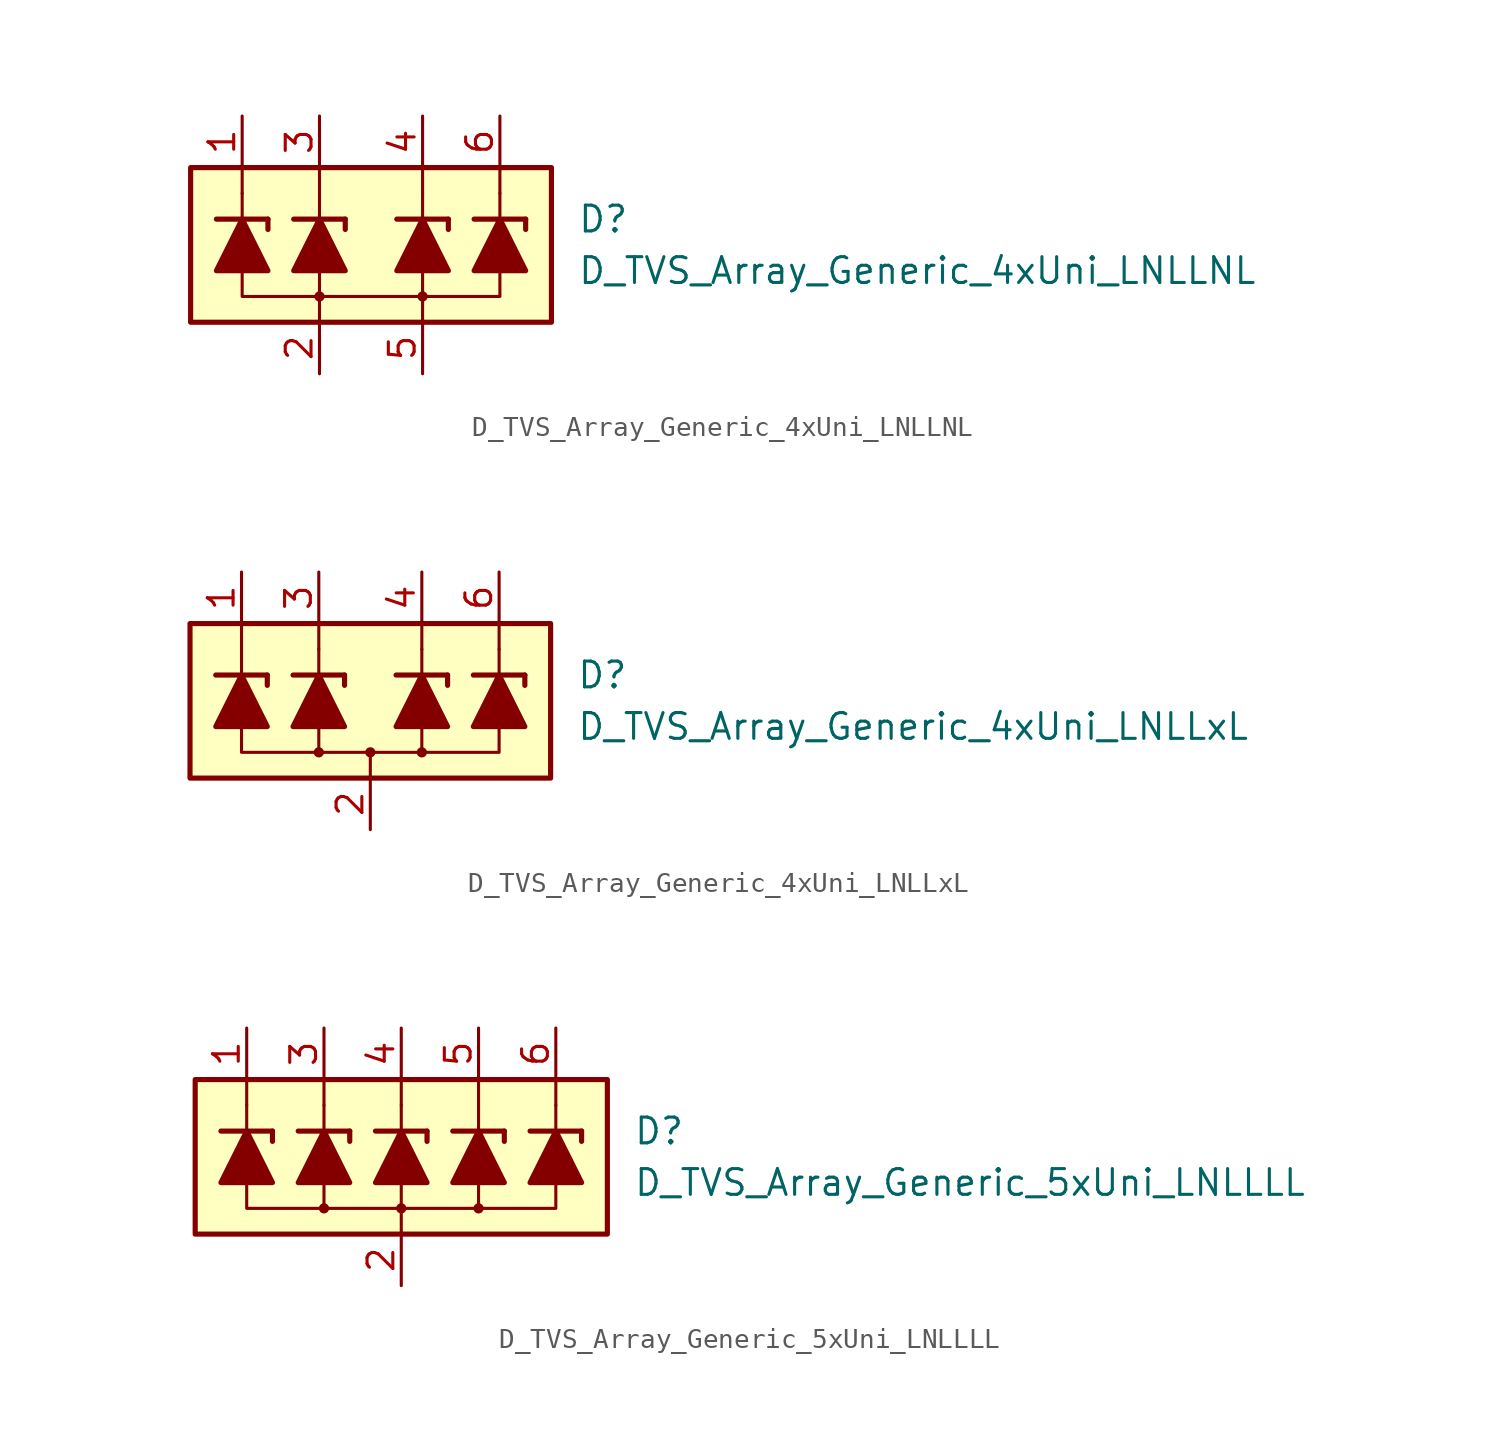
<source format=kicad_sym>
(kicad_symbol_lib
  (version 20231120)
  (generator "kicad_symbol_editor")
  (generator_version "8.0")
  (symbol "D_TVS_Array_Generic_4xUni_LNLLNL"
    (pin_names
      (offset 1.016) hide)
    (property "Reference" "D"
      (at 10.16 1.27 0)
      (effects (font (size 1.27 1.27)) (justify left)))
    (property "Value" "D_TVS_Array_Generic_4xUni_LNLLNL"
      (at 10.16 -1.27 0)
      (effects (font (size 1.27 1.27)) (justify left)))
    (symbol "D_TVS_Array_Generic_4xUni_LNLLNL_0_1"
      (circle (center -2.54 -2.54) (radius 0.178) (stroke (width 0) (type default)) (fill (type outline)))
      (polyline (pts (xy -6.35 1.27) (xy -6.35 2.54)) (stroke (width 0) (type default)) (fill (type none)))
      (polyline (pts (xy -6.35 2.54) (xy -6.35 3.81)) (stroke (width 0) (type default)) (fill (type none)))
      (polyline (pts (xy -2.54 -3.81) (xy -2.54 -2.54)) (stroke (width 0) (type default)) (fill (type none)))
      (polyline (pts (xy -2.54 -2.54) (xy -2.54 -1.27)) (stroke (width 0) (type default)) (fill (type none)))
      (polyline (pts (xy -2.54 1.27) (xy -2.54 2.54)) (stroke (width 0) (type default)) (fill (type none)))
      (polyline (pts (xy -2.54 2.54) (xy -2.54 3.81)) (stroke (width 0) (type default)) (fill (type none)))
      (polyline (pts (xy 2.54 -3.81) (xy 2.54 -2.54)) (stroke (width 0) (type default)) (fill (type none)))
      (polyline (pts (xy 2.54 -2.54) (xy 2.54 -1.27)) (stroke (width 0) (type default)) (fill (type none)))
      (polyline (pts (xy 2.54 1.27) (xy 2.54 2.54)) (stroke (width 0) (type default)) (fill (type none)))
      (polyline (pts (xy 2.54 2.54) (xy 2.54 3.81)) (stroke (width 0) (type default)) (fill (type none)))
      (polyline (pts (xy 6.35 1.27) (xy 6.35 2.54)) (stroke (width 0) (type default)) (fill (type none)))
      (polyline (pts (xy 6.35 2.54) (xy 6.35 3.81)) (stroke (width 0) (type default)) (fill (type none)))
      (polyline (pts (xy 6.35 -1.27) (xy 6.35 -2.54) (xy -6.35 -2.54) (xy -6.35 -1.27)) (stroke (width 0) (type default)) (fill (type none)))
      (circle (center 2.54 -2.54) (radius 0.178) (stroke (width 0) (type default)) (fill (type outline)))
      (rectangle (start 8.89 3.81) (end -8.89 -3.81) (stroke (width 0.254) (type default)) (fill (type background))))
    (symbol "D_TVS_Array_Generic_4xUni_LNLLNL_1_1"
      (polyline (pts (xy -7.62 1.27) (xy -5.08 1.27)) (stroke (width 0.254) (type default)) (fill (type none)))
      (polyline (pts (xy -6.35 -1.27) (xy -6.35 1.27)) (stroke (width 0) (type default)) (fill (type none)))
      (polyline (pts (xy -5.08 1.27) (xy -5.08 0.762)) (stroke (width 0.254) (type default)) (fill (type none)))
      (polyline (pts (xy -3.81 1.27) (xy -1.27 1.27)) (stroke (width 0.254) (type default)) (fill (type none)))
      (polyline (pts (xy -2.54 -1.27) (xy -2.54 1.27)) (stroke (width 0) (type default)) (fill (type none)))
      (polyline (pts (xy -1.27 1.27) (xy -1.27 0.762)) (stroke (width 0.254) (type default)) (fill (type none)))
      (polyline (pts (xy 1.27 1.27) (xy 3.81 1.27)) (stroke (width 0.254) (type default)) (fill (type none)))
      (polyline (pts (xy 2.54 -1.27) (xy 2.54 1.27)) (stroke (width 0) (type default)) (fill (type none)))
      (polyline (pts (xy 3.81 1.27) (xy 3.81 0.762)) (stroke (width 0.254) (type default)) (fill (type none)))
      (polyline (pts (xy 5.08 1.27) (xy 7.62 1.27)) (stroke (width 0.254) (type default)) (fill (type none)))
      (polyline (pts (xy 6.35 -1.27) (xy 6.35 1.27)) (stroke (width 0) (type default)) (fill (type none)))
      (polyline (pts (xy 7.62 1.27) (xy 7.62 0.762)) (stroke (width 0.254) (type default)) (fill (type none)))
      (polyline (pts (xy -5.08 -1.27) (xy -7.62 -1.27) (xy -6.35 1.27) (xy -5.08 -1.27)) (stroke (width 0.254) (type default)) (fill (type outline)))
      (polyline (pts (xy -1.27 -1.27) (xy -3.81 -1.27) (xy -2.54 1.27) (xy -1.27 -1.27)) (stroke (width 0.254) (type default)) (fill (type outline)))
      (polyline (pts (xy 3.81 -1.27) (xy 1.27 -1.27) (xy 2.54 1.27) (xy 3.81 -1.27)) (stroke (width 0.254) (type default)) (fill (type outline)))
      (polyline (pts (xy 7.62 -1.27) (xy 5.08 -1.27) (xy 6.35 1.27) (xy 7.62 -1.27)) (stroke (width 0.254) (type default)) (fill (type outline)))
      (pin passive line (at -6.35 6.35 270) (length 2.54) (name "L1" (effects (font (size 1.27 1.27)))) (number "1" (effects (font (size 1.27 1.27)))))
      (pin passive line (at -2.54 -6.35 90) (length 2.54) (name "VN" (effects (font (size 1.27 1.27)))) (number "2" (effects (font (size 1.27 1.27)))))
      (pin passive line (at -2.54 6.35 270) (length 2.54) (name "L2" (effects (font (size 1.27 1.27)))) (number "3" (effects (font (size 1.27 1.27)))))
      (pin passive line (at 2.54 6.35 270) (length 2.54) (name "L3" (effects (font (size 1.27 1.27)))) (number "4" (effects (font (size 1.27 1.27)))))
      (pin passive line (at 2.54 -6.35 90) (length 2.54) (name "VN" (effects (font (size 1.27 1.27)))) (number "5" (effects (font (size 1.27 1.27)))))
      (pin passive line (at 6.35 6.35 270) (length 2.54) (name "L4" (effects (font (size 1.27 1.27)))) (number "6" (effects (font (size 1.27 1.27)))))))
  (symbol "D_TVS_Array_Generic_4xUni_LNLLxL"
    (pin_names
      (offset 1.016) hide)
    (property "Reference" "D"
      (at 10.16 1.27 0)
      (effects (font (size 1.27 1.27)) (justify left)))
    (property "Value" "D_TVS_Array_Generic_4xUni_LNLLxL"
      (at 10.16 -1.27 0)
      (effects (font (size 1.27 1.27)) (justify left)))
    (symbol "D_TVS_Array_Generic_4xUni_LNLLxL_0_1"
      (circle (center -2.54 -2.54) (radius 0.178) (stroke (width 0) (type default)) (fill (type outline)))
      (circle (center 0 -2.54) (radius 0.178) (stroke (width 0) (type default)) (fill (type outline)))
      (polyline (pts (xy -6.35 1.27) (xy -6.35 2.54)) (stroke (width 0) (type default)) (fill (type none)))
      (polyline (pts (xy -6.35 2.54) (xy -6.35 3.81)) (stroke (width 0) (type default)) (fill (type none)))
      (polyline (pts (xy -2.54 -2.54) (xy -2.54 -1.27)) (stroke (width 0) (type default)) (fill (type none)))
      (polyline (pts (xy -2.54 1.27) (xy -2.54 2.54)) (stroke (width 0) (type default)) (fill (type none)))
      (polyline (pts (xy -2.54 2.54) (xy -2.54 3.81)) (stroke (width 0) (type default)) (fill (type none)))
      (polyline (pts (xy 0 -3.81) (xy 0 -2.54)) (stroke (width 0) (type default)) (fill (type none)))
      (polyline (pts (xy 2.54 -2.54) (xy 2.54 -1.27)) (stroke (width 0) (type default)) (fill (type none)))
      (polyline (pts (xy 2.54 1.27) (xy 2.54 2.54)) (stroke (width 0) (type default)) (fill (type none)))
      (polyline (pts (xy 2.54 2.54) (xy 2.54 3.81)) (stroke (width 0) (type default)) (fill (type none)))
      (polyline (pts (xy 6.35 1.27) (xy 6.35 2.54)) (stroke (width 0) (type default)) (fill (type none)))
      (polyline (pts (xy 6.35 2.54) (xy 6.35 3.81)) (stroke (width 0) (type default)) (fill (type none)))
      (polyline (pts (xy 6.35 -1.27) (xy 6.35 -2.54) (xy -6.35 -2.54) (xy -6.35 -1.27)) (stroke (width 0) (type default)) (fill (type none)))
      (circle (center 2.54 -2.54) (radius 0.178) (stroke (width 0) (type default)) (fill (type outline)))
      (rectangle (start 8.89 3.81) (end -8.89 -3.81) (stroke (width 0.254) (type default)) (fill (type background))))
    (symbol "D_TVS_Array_Generic_4xUni_LNLLxL_1_1"
      (polyline (pts (xy -7.62 1.27) (xy -5.08 1.27)) (stroke (width 0.254) (type default)) (fill (type none)))
      (polyline (pts (xy -6.35 -1.27) (xy -6.35 1.27)) (stroke (width 0) (type default)) (fill (type none)))
      (polyline (pts (xy -5.08 1.27) (xy -5.08 0.762)) (stroke (width 0.254) (type default)) (fill (type none)))
      (polyline (pts (xy -3.81 1.27) (xy -1.27 1.27)) (stroke (width 0.254) (type default)) (fill (type none)))
      (polyline (pts (xy -2.54 -1.27) (xy -2.54 1.27)) (stroke (width 0) (type default)) (fill (type none)))
      (polyline (pts (xy -1.27 1.27) (xy -1.27 0.762)) (stroke (width 0.254) (type default)) (fill (type none)))
      (polyline (pts (xy 1.27 1.27) (xy 3.81 1.27)) (stroke (width 0.254) (type default)) (fill (type none)))
      (polyline (pts (xy 2.54 -1.27) (xy 2.54 1.27)) (stroke (width 0) (type default)) (fill (type none)))
      (polyline (pts (xy 3.81 1.27) (xy 3.81 0.762)) (stroke (width 0.254) (type default)) (fill (type none)))
      (polyline (pts (xy 5.08 1.27) (xy 7.62 1.27)) (stroke (width 0.254) (type default)) (fill (type none)))
      (polyline (pts (xy 6.35 -1.27) (xy 6.35 1.27)) (stroke (width 0) (type default)) (fill (type none)))
      (polyline (pts (xy 7.62 1.27) (xy 7.62 0.762)) (stroke (width 0.254) (type default)) (fill (type none)))
      (polyline (pts (xy -5.08 -1.27) (xy -7.62 -1.27) (xy -6.35 1.27) (xy -5.08 -1.27)) (stroke (width 0.254) (type default)) (fill (type outline)))
      (polyline (pts (xy -1.27 -1.27) (xy -3.81 -1.27) (xy -2.54 1.27) (xy -1.27 -1.27)) (stroke (width 0.254) (type default)) (fill (type outline)))
      (polyline (pts (xy 3.81 -1.27) (xy 1.27 -1.27) (xy 2.54 1.27) (xy 3.81 -1.27)) (stroke (width 0.254) (type default)) (fill (type outline)))
      (polyline (pts (xy 7.62 -1.27) (xy 5.08 -1.27) (xy 6.35 1.27) (xy 7.62 -1.27)) (stroke (width 0.254) (type default)) (fill (type outline)))
      (pin passive line (at -6.35 6.35 270) (length 2.54) (name "L1" (effects (font (size 1.27 1.27)))) (number "1" (effects (font (size 1.27 1.27)))))
      (pin passive line (at 0 -6.35 90) (length 2.54) (name "VN" (effects (font (size 1.27 1.27)))) (number "2" (effects (font (size 1.27 1.27)))))
      (pin passive line (at -2.54 6.35 270) (length 2.54) (name "L2" (effects (font (size 1.27 1.27)))) (number "3" (effects (font (size 1.27 1.27)))))
      (pin passive line (at 2.54 6.35 270) (length 2.54) (name "L3" (effects (font (size 1.27 1.27)))) (number "4" (effects (font (size 1.27 1.27)))))
      (pin free line (at 0 1.27 0) (length 2.54) hide (name "NC" (effects (font (size 1.27 1.27)))) (number "5" (effects (font (size 1.27 1.27)))))
      (pin passive line (at 6.35 6.35 270) (length 2.54) (name "L4" (effects (font (size 1.27 1.27)))) (number "6" (effects (font (size 1.27 1.27)))))))
  (symbol "D_TVS_Array_Generic_5xUni_LNLLLL"
    (pin_names
      (offset 1.016) hide)
    (property "Reference" "D"
      (at 11.43 1.27 0)
      (effects (font (size 1.27 1.27)) (justify left)))
    (property "Value" "D_TVS_Array_Generic_5xUni_LNLLLL"
      (at 11.43 -1.27 0)
      (effects (font (size 1.27 1.27)) (justify left)))
    (symbol "D_TVS_Array_Generic_5xUni_LNLLLL_0_1"
      (circle (center -3.81 -2.54) (radius 0.178) (stroke (width 0) (type default)) (fill (type outline)))
      (circle (center 0 -2.54) (radius 0.178) (stroke (width 0) (type default)) (fill (type outline)))
      (polyline (pts (xy -7.62 1.27) (xy -7.62 2.54)) (stroke (width 0) (type default)) (fill (type none)))
      (polyline (pts (xy -7.62 2.54) (xy -7.62 3.81)) (stroke (width 0) (type default)) (fill (type none)))
      (polyline (pts (xy -3.81 -2.54) (xy -3.81 -1.27)) (stroke (width 0) (type default)) (fill (type none)))
      (polyline (pts (xy -3.81 1.27) (xy -3.81 2.54)) (stroke (width 0) (type default)) (fill (type none)))
      (polyline (pts (xy -3.81 2.54) (xy -3.81 3.81)) (stroke (width 0) (type default)) (fill (type none)))
      (polyline (pts (xy 0 -3.81) (xy 0 -2.54)) (stroke (width 0) (type default)) (fill (type none)))
      (polyline (pts (xy 0 -2.54) (xy 0 -1.27)) (stroke (width 0) (type default)) (fill (type none)))
      (polyline (pts (xy 0 1.27) (xy 0 2.54)) (stroke (width 0) (type default)) (fill (type none)))
      (polyline (pts (xy 0 2.54) (xy 0 3.81)) (stroke (width 0) (type default)) (fill (type none)))
      (polyline (pts (xy 3.81 -2.54) (xy 3.81 -1.27)) (stroke (width 0) (type default)) (fill (type none)))
      (polyline (pts (xy 3.81 1.27) (xy 3.81 2.54)) (stroke (width 0) (type default)) (fill (type none)))
      (polyline (pts (xy 3.81 2.54) (xy 3.81 3.81)) (stroke (width 0) (type default)) (fill (type none)))
      (polyline (pts (xy 7.62 1.27) (xy 7.62 2.54)) (stroke (width 0) (type default)) (fill (type none)))
      (polyline (pts (xy 7.62 2.54) (xy 7.62 3.81)) (stroke (width 0) (type default)) (fill (type none)))
      (polyline (pts (xy 7.62 -1.27) (xy 7.62 -2.54) (xy -7.62 -2.54) (xy -7.62 -1.27)) (stroke (width 0) (type default)) (fill (type none)))
      (circle (center 3.81 -2.54) (radius 0.178) (stroke (width 0) (type default)) (fill (type outline)))
      (rectangle (start 10.16 -3.81) (end -10.16 3.81) (stroke (width 0.254) (type default)) (fill (type background))))
    (symbol "D_TVS_Array_Generic_5xUni_LNLLLL_1_1"
      (polyline (pts (xy -8.89 1.27) (xy -6.35 1.27)) (stroke (width 0.254) (type default)) (fill (type none)))
      (polyline (pts (xy -7.62 -1.27) (xy -7.62 1.27)) (stroke (width 0) (type default)) (fill (type none)))
      (polyline (pts (xy -6.35 1.27) (xy -6.35 0.762)) (stroke (width 0.254) (type default)) (fill (type none)))
      (polyline (pts (xy -5.08 1.27) (xy -2.54 1.27)) (stroke (width 0.254) (type default)) (fill (type none)))
      (polyline (pts (xy -3.81 -1.27) (xy -3.81 1.27)) (stroke (width 0) (type default)) (fill (type none)))
      (polyline (pts (xy -2.54 1.27) (xy -2.54 0.762)) (stroke (width 0.254) (type default)) (fill (type none)))
      (polyline (pts (xy -1.27 1.27) (xy 1.27 1.27)) (stroke (width 0.254) (type default)) (fill (type none)))
      (polyline (pts (xy 0 -1.27) (xy 0 1.27)) (stroke (width 0) (type default)) (fill (type none)))
      (polyline (pts (xy 1.27 1.27) (xy 1.27 0.762)) (stroke (width 0.254) (type default)) (fill (type none)))
      (polyline (pts (xy 2.54 1.27) (xy 5.08 1.27)) (stroke (width 0.254) (type default)) (fill (type none)))
      (polyline (pts (xy 3.81 -1.27) (xy 3.81 1.27)) (stroke (width 0) (type default)) (fill (type none)))
      (polyline (pts (xy 5.08 1.27) (xy 5.08 0.762)) (stroke (width 0.254) (type default)) (fill (type none)))
      (polyline (pts (xy 6.35 1.27) (xy 8.89 1.27)) (stroke (width 0.254) (type default)) (fill (type none)))
      (polyline (pts (xy 7.62 -1.27) (xy 7.62 1.27)) (stroke (width 0) (type default)) (fill (type none)))
      (polyline (pts (xy 8.89 1.27) (xy 8.89 0.762)) (stroke (width 0.254) (type default)) (fill (type none)))
      (polyline (pts (xy -6.35 -1.27) (xy -8.89 -1.27) (xy -7.62 1.27) (xy -6.35 -1.27)) (stroke (width 0.254) (type default)) (fill (type outline)))
      (polyline (pts (xy -2.54 -1.27) (xy -5.08 -1.27) (xy -3.81 1.27) (xy -2.54 -1.27)) (stroke (width 0.254) (type default)) (fill (type outline)))
      (polyline (pts (xy 1.27 -1.27) (xy -1.27 -1.27) (xy 0 1.27) (xy 1.27 -1.27)) (stroke (width 0.254) (type default)) (fill (type outline)))
      (polyline (pts (xy 5.08 -1.27) (xy 2.54 -1.27) (xy 3.81 1.27) (xy 5.08 -1.27)) (stroke (width 0.254) (type default)) (fill (type outline)))
      (polyline (pts (xy 8.89 -1.27) (xy 6.35 -1.27) (xy 7.62 1.27) (xy 8.89 -1.27)) (stroke (width 0.254) (type default)) (fill (type outline)))
      (pin passive line (at -7.62 6.35 270) (length 2.54) (name "L1" (effects (font (size 1.27 1.27)))) (number "1" (effects (font (size 1.27 1.27)))))
      (pin passive line (at 0 -6.35 90) (length 2.54) (name "VN" (effects (font (size 1.27 1.27)))) (number "2" (effects (font (size 1.27 1.27)))))
      (pin passive line (at -3.81 6.35 270) (length 2.54) (name "L2" (effects (font (size 1.27 1.27)))) (number "3" (effects (font (size 1.27 1.27)))))
      (pin passive line (at 0 6.35 270) (length 2.54) (name "L3" (effects (font (size 1.27 1.27)))) (number "4" (effects (font (size 1.27 1.27)))))
      (pin passive line (at 3.81 6.35 270) (length 2.54) (name "L4" (effects (font (size 1.27 1.27)))) (number "5" (effects (font (size 1.27 1.27)))))
      (pin passive line (at 7.62 6.35 270) (length 2.54) (name "L5" (effects (font (size 1.27 1.27)))) (number "6" (effects (font (size 1.27 1.27))))))))
</source>
